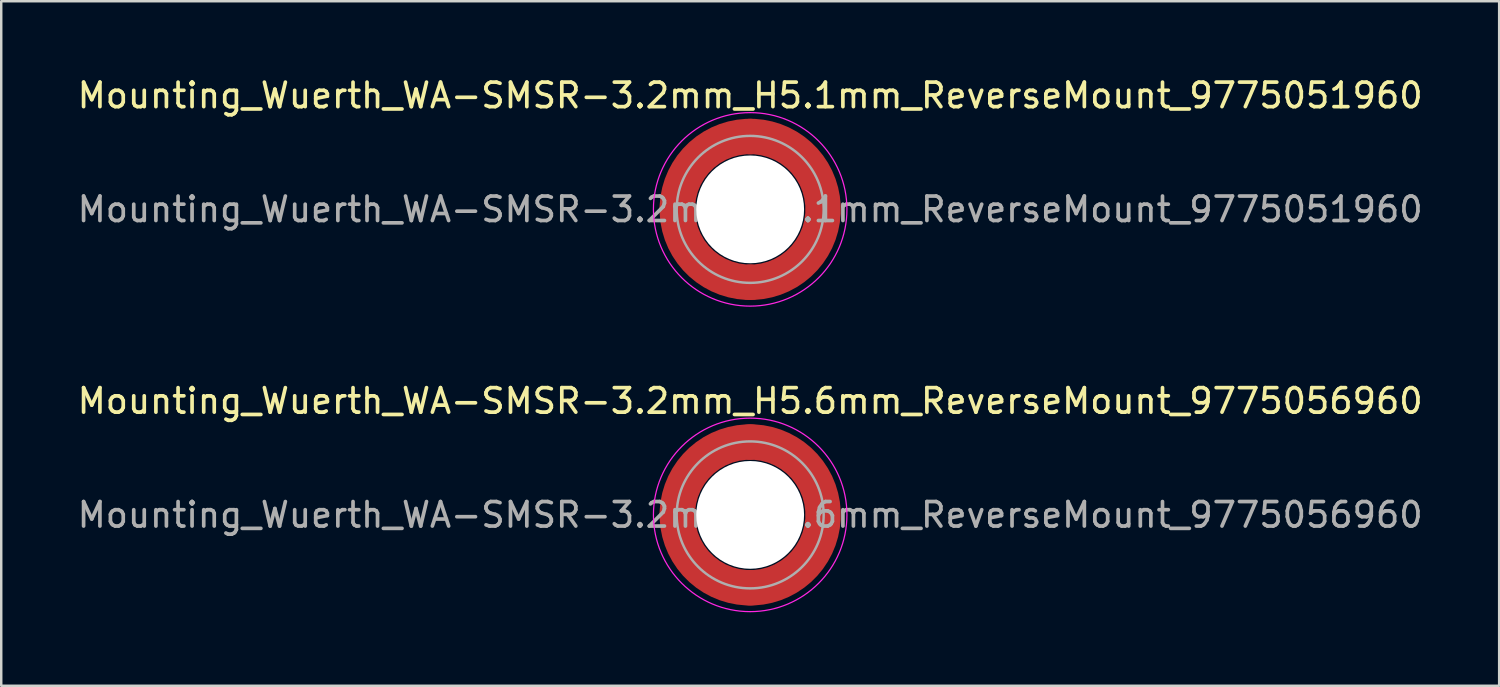
<source format=kicad_pcb>
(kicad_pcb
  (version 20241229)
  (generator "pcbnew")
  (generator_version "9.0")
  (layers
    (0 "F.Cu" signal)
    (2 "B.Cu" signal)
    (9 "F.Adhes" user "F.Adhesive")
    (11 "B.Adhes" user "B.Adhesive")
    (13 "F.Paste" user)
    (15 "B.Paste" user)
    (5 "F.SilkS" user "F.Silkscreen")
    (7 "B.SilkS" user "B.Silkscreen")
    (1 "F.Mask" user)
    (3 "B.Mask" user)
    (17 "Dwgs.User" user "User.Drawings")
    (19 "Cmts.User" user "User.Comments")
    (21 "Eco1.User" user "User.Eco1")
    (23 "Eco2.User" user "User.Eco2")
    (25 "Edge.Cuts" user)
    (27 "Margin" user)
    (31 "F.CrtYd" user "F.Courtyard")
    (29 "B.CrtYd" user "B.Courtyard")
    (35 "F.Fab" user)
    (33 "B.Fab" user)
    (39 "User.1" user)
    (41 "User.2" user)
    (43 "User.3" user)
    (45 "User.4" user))
  (footprint "Mounting_Wuerth_WA-SMSR-3.2mm_H5.1mm_ReverseMount_9775051960"
    (layer "F.Cu")
    (at 27.577 5.498)
    (property "Reference" "Mounting_Wuerth_WA-SMSR-3.2mm_H5.1mm_ReverseMount_9775051960" (at 0 -4.65 0) (layer "F.SilkS") (effects (font (size 1 1) (thickness 0.15))))
    (attr smd)
    (fp_circle (center 0 0) (end 3.95 0) (stroke (width 0.05) (type solid)) (fill no) (layer "F.CrtYd"))
    (fp_circle (center 0 0) (end 3 0) (stroke (width 0.1) (type solid)) (fill no) (layer "F.Fab"))
    (fp_text user "${REFERENCE}" (at 0 0 0) (layer "F.Fab") (effects (font (size 1 1) (thickness 0.15))))
    (pad "" smd custom (at -2.095 -2.095) (size 0.672 0.672) (layers "F.Paste") (options (anchor circle)) (primitives (gr_arc (start -0.24231 1.594804) (mid 0.404819 0.404819) (end 1.594804 -0.24231) (width 0.2)) (gr_arc (start -0.3398 1.594804) (mid 0.337349 0.337349) (end 1.594804 -0.3398) (width 0.2)) (gr_arc (start -0.437132 1.594804) (mid 0.269879 0.269879) (end 1.594804 -0.437132) (width 0.2)) (gr_arc (start -0.534324 1.594804) (mid 0.202409 0.202409) (end 1.594804 -0.534324) (width 0.2)) (gr_arc (start -0.631391 1.594804) (mid 0.134939 0.134939) (end 1.594804 -0.631391) (width 0.2)) (gr_arc (start -0.728345 1.594804) (mid 0.06747 0.06747) (end 1.594804 -0.728345) (width 0.2)) (gr_arc (start -0.825197 1.594804) (mid 0 0) (end 1.594804 -0.825197) (width 0.2)) (gr_arc (start -0.921958 1.594804) (mid -0.067469 -0.067469) (end 1.594804 -0.921958) (width 0.2)) (gr_arc (start -1.018637 1.594804) (mid -0.13494 -0.13494) (end 1.594804 -1.018637) (width 0.2)) (gr_arc (start -1.115239 1.594804) (mid -0.202409 -0.202409) (end 1.594804 -1.115239) (width 0.2)) (gr_arc (start -1.211773 1.594804) (mid -0.269879 -0.269879) (end 1.594804 -1.211773) (width 0.2)) (gr_arc (start -1.308244 1.594804) (mid -0.337349 -0.337349) (end 1.594804 -1.308244) (width 0.2)) (gr_arc (start -1.404657 1.594804) (mid -0.404819 -0.404819) (end 1.594804 -1.404657) (width 0.2)) (gr_arc (start -1.404657 1.594804) (mid -0.404819 -0.404819) (end 1.594804 -1.404657) (width 0.2)) (gr_line (start 1.595 -0.242) (end 1.595 -1.405) (width 0.2)) (gr_line (start -0.242 1.595) (end -1.405 1.595) (width 0.2))))
    (pad "" smd custom (at -2.095 2.095) (size 0.672 0.672) (layers "F.Paste") (options (anchor circle)) (primitives (gr_arc (start 1.594804 0.24231) (mid 0.404819 -0.404819) (end -0.24231 -1.594804) (width 0.2)) (gr_arc (start 1.594804 0.3398) (mid 0.337349 -0.337349) (end -0.3398 -1.594804) (width 0.2)) (gr_arc (start 1.594804 0.437132) (mid 0.269879 -0.269879) (end -0.437132 -1.594804) (width 0.2)) (gr_arc (start 1.594804 0.534324) (mid 0.202409 -0.202409) (end -0.534324 -1.594804) (width 0.2)) (gr_arc (start 1.594804 0.631391) (mid 0.134939 -0.134939) (end -0.631391 -1.594804) (width 0.2)) (gr_arc (start 1.594804 0.728345) (mid 0.06747 -0.06747) (end -0.728345 -1.594804) (width 0.2)) (gr_arc (start 1.594804 0.825197) (mid 0 0) (end -0.825197 -1.594804) (width 0.2)) (gr_arc (start 1.594804 0.921958) (mid -0.067469 0.067469) (end -0.921958 -1.594804) (width 0.2)) (gr_arc (start 1.594804 1.018637) (mid -0.13494 0.13494) (end -1.018637 -1.594804) (width 0.2)) (gr_arc (start 1.594804 1.115239) (mid -0.202409 0.202409) (end -1.115239 -1.594804) (width 0.2)) (gr_arc (start 1.594804 1.211773) (mid -0.269879 0.269879) (end -1.211773 -1.594804) (width 0.2)) (gr_arc (start 1.594804 1.308244) (mid -0.337349 0.337349) (end -1.308244 -1.594804) (width 0.2)) (gr_arc (start 1.594804 1.404657) (mid -0.404819 0.404819) (end -1.404657 -1.594804) (width 0.2)) (gr_arc (start 1.594804 1.404657) (mid -0.404819 0.404819) (end -1.404657 -1.594804) (width 0.2)) (gr_line (start -0.242 -1.595) (end -1.405 -1.595) (width 0.2)) (gr_line (start 1.595 0.242) (end 1.595 1.405) (width 0.2))))
    (pad "" np_thru_hole circle (at 0 0) (size 4.4 4.4) (drill 4.4) (layers "*.Cu" "*.Mask"))
    (pad "" smd custom (at 2.095 -2.095) (size 0.672 0.672) (layers "F.Paste") (options (anchor circle)) (primitives (gr_arc (start -1.594804 -0.24231) (mid -0.404819 0.404819) (end 0.24231 1.594804) (width 0.2)) (gr_arc (start -1.594804 -0.3398) (mid -0.337349 0.337349) (end 0.3398 1.594804) (width 0.2)) (gr_arc (start -1.594804 -0.437132) (mid -0.269879 0.269879) (end 0.437132 1.594804) (width 0.2)) (gr_arc (start -1.594804 -0.534324) (mid -0.202409 0.202409) (end 0.534324 1.594804) (width 0.2)) (gr_arc (start -1.594804 -0.631391) (mid -0.134939 0.134939) (end 0.631391 1.594804) (width 0.2)) (gr_arc (start -1.594804 -0.728345) (mid -0.06747 0.06747) (end 0.728345 1.594804) (width 0.2)) (gr_arc (start -1.594804 -0.825197) (mid 0 0) (end 0.825197 1.594804) (width 0.2)) (gr_arc (start -1.594804 -0.921958) (mid 0.067469 -0.067469) (end 0.921958 1.594804) (width 0.2)) (gr_arc (start -1.594804 -1.018637) (mid 0.13494 -0.13494) (end 1.018637 1.594804) (width 0.2)) (gr_arc (start -1.594804 -1.115239) (mid 0.202409 -0.202409) (end 1.115239 1.594804) (width 0.2)) (gr_arc (start -1.594804 -1.211773) (mid 0.269879 -0.269879) (end 1.211773 1.594804) (width 0.2)) (gr_arc (start -1.594804 -1.308244) (mid 0.337349 -0.337349) (end 1.308244 1.594804) (width 0.2)) (gr_arc (start -1.594804 -1.404657) (mid 0.404819 -0.404819) (end 1.404657 1.594804) (width 0.2)) (gr_arc (start -1.594804 -1.404657) (mid 0.404819 -0.404819) (end 1.404657 1.594804) (width 0.2)) (gr_line (start 0.242 1.595) (end 1.405 1.595) (width 0.2)) (gr_line (start -1.595 -0.242) (end -1.595 -1.405) (width 0.2))))
    (pad "" smd custom (at 2.095 2.095) (size 0.672 0.672) (layers "F.Paste") (options (anchor circle)) (primitives (gr_arc (start 0.24231 -1.594804) (mid -0.404819 -0.404819) (end -1.594804 0.24231) (width 0.2)) (gr_arc (start 0.3398 -1.594804) (mid -0.337349 -0.337349) (end -1.594804 0.3398) (width 0.2)) (gr_arc (start 0.437132 -1.594804) (mid -0.269879 -0.269879) (end -1.594804 0.437132) (width 0.2)) (gr_arc (start 0.534324 -1.594804) (mid -0.202409 -0.202409) (end -1.594804 0.534324) (width 0.2)) (gr_arc (start 0.631391 -1.594804) (mid -0.134939 -0.134939) (end -1.594804 0.631391) (width 0.2)) (gr_arc (start 0.728345 -1.594804) (mid -0.06747 -0.06747) (end -1.594804 0.728345) (width 0.2)) (gr_arc (start 0.825197 -1.594804) (mid 0 0) (end -1.594804 0.825197) (width 0.2)) (gr_arc (start 0.921958 -1.594804) (mid 0.067469 0.067469) (end -1.594804 0.921958) (width 0.2)) (gr_arc (start 1.018637 -1.594804) (mid 0.13494 0.13494) (end -1.594804 1.018637) (width 0.2)) (gr_arc (start 1.115239 -1.594804) (mid 0.202409 0.202409) (end -1.594804 1.115239) (width 0.2)) (gr_arc (start 1.211773 -1.594804) (mid 0.269879 0.269879) (end -1.594804 1.211773) (width 0.2)) (gr_arc (start 1.308244 -1.594804) (mid 0.337349 0.337349) (end -1.594804 1.308244) (width 0.2)) (gr_arc (start 1.404657 -1.594804) (mid 0.404819 0.404819) (end -1.594804 1.404657) (width 0.2)) (gr_arc (start 1.404657 -1.594804) (mid 0.404819 0.404819) (end -1.594804 1.404657) (width 0.2)) (gr_line (start -1.595 0.242) (end -1.595 1.405) (width 0.2)) (gr_line (start 0.242 -1.595) (end 1.405 -1.595) (width 0.2))))
    (pad "1" smd circle (at -2.975 0) (size 1.45 1.45) (layers "F.Cu"))
    (pad "1" smd circle (at 0 -2.975) (size 1.45 1.45) (layers "F.Cu"))
    (pad "1" smd circle (at 0 2.975) (size 1.45 1.45) (layers "F.Cu"))
    (pad "1" smd custom (at 2.975 0) (size 1.45 1.45) (layers "F.Cu" "F.Mask") (options (anchor circle)) (primitives (gr_circle (center -2.975 0) (end 0 0) (width 1.45) (fill no)))))
  (footprint "Mounting_Wuerth_WA-SMSR-3.2mm_H5.6mm_ReverseMount_9775056960"
    (layer "F.Cu")
    (at 27.577 17.971)
    (property "Reference" "Mounting_Wuerth_WA-SMSR-3.2mm_H5.6mm_ReverseMount_9775056960" (at 0 -4.65 0) (layer "F.SilkS") (effects (font (size 1 1) (thickness 0.15))))
    (attr smd)
    (fp_circle (center 0 0) (end 3.95 0) (stroke (width 0.05) (type solid)) (fill no) (layer "F.CrtYd"))
    (fp_circle (center 0 0) (end 3 0) (stroke (width 0.1) (type solid)) (fill no) (layer "F.Fab"))
    (fp_text user "${REFERENCE}" (at 0 0 0) (layer "F.Fab") (effects (font (size 1 1) (thickness 0.15))))
    (pad "" smd custom (at -2.095 -2.095) (size 0.672 0.672) (layers "F.Paste") (options (anchor circle)) (primitives (gr_arc (start -0.24231 1.594804) (mid 0.404819 0.404819) (end 1.594804 -0.24231) (width 0.2)) (gr_arc (start -0.3398 1.594804) (mid 0.337349 0.337349) (end 1.594804 -0.3398) (width 0.2)) (gr_arc (start -0.437132 1.594804) (mid 0.269879 0.269879) (end 1.594804 -0.437132) (width 0.2)) (gr_arc (start -0.534324 1.594804) (mid 0.202409 0.202409) (end 1.594804 -0.534324) (width 0.2)) (gr_arc (start -0.631391 1.594804) (mid 0.134939 0.134939) (end 1.594804 -0.631391) (width 0.2)) (gr_arc (start -0.728345 1.594804) (mid 0.06747 0.06747) (end 1.594804 -0.728345) (width 0.2)) (gr_arc (start -0.825197 1.594804) (mid 0 0) (end 1.594804 -0.825197) (width 0.2)) (gr_arc (start -0.921958 1.594804) (mid -0.067469 -0.067469) (end 1.594804 -0.921958) (width 0.2)) (gr_arc (start -1.018637 1.594804) (mid -0.13494 -0.13494) (end 1.594804 -1.018637) (width 0.2)) (gr_arc (start -1.115239 1.594804) (mid -0.202409 -0.202409) (end 1.594804 -1.115239) (width 0.2)) (gr_arc (start -1.211773 1.594804) (mid -0.269879 -0.269879) (end 1.594804 -1.211773) (width 0.2)) (gr_arc (start -1.308244 1.594804) (mid -0.337349 -0.337349) (end 1.594804 -1.308244) (width 0.2)) (gr_arc (start -1.404657 1.594804) (mid -0.404819 -0.404819) (end 1.594804 -1.404657) (width 0.2)) (gr_arc (start -1.404657 1.594804) (mid -0.404819 -0.404819) (end 1.594804 -1.404657) (width 0.2)) (gr_line (start 1.595 -0.242) (end 1.595 -1.405) (width 0.2)) (gr_line (start -0.242 1.595) (end -1.405 1.595) (width 0.2))))
    (pad "" smd custom (at -2.095 2.095) (size 0.672 0.672) (layers "F.Paste") (options (anchor circle)) (primitives (gr_arc (start 1.594804 0.24231) (mid 0.404819 -0.404819) (end -0.24231 -1.594804) (width 0.2)) (gr_arc (start 1.594804 0.3398) (mid 0.337349 -0.337349) (end -0.3398 -1.594804) (width 0.2)) (gr_arc (start 1.594804 0.437132) (mid 0.269879 -0.269879) (end -0.437132 -1.594804) (width 0.2)) (gr_arc (start 1.594804 0.534324) (mid 0.202409 -0.202409) (end -0.534324 -1.594804) (width 0.2)) (gr_arc (start 1.594804 0.631391) (mid 0.134939 -0.134939) (end -0.631391 -1.594804) (width 0.2)) (gr_arc (start 1.594804 0.728345) (mid 0.06747 -0.06747) (end -0.728345 -1.594804) (width 0.2)) (gr_arc (start 1.594804 0.825197) (mid 0 0) (end -0.825197 -1.594804) (width 0.2)) (gr_arc (start 1.594804 0.921958) (mid -0.067469 0.067469) (end -0.921958 -1.594804) (width 0.2)) (gr_arc (start 1.594804 1.018637) (mid -0.13494 0.13494) (end -1.018637 -1.594804) (width 0.2)) (gr_arc (start 1.594804 1.115239) (mid -0.202409 0.202409) (end -1.115239 -1.594804) (width 0.2)) (gr_arc (start 1.594804 1.211773) (mid -0.269879 0.269879) (end -1.211773 -1.594804) (width 0.2)) (gr_arc (start 1.594804 1.308244) (mid -0.337349 0.337349) (end -1.308244 -1.594804) (width 0.2)) (gr_arc (start 1.594804 1.404657) (mid -0.404819 0.404819) (end -1.404657 -1.594804) (width 0.2)) (gr_arc (start 1.594804 1.404657) (mid -0.404819 0.404819) (end -1.404657 -1.594804) (width 0.2)) (gr_line (start -0.242 -1.595) (end -1.405 -1.595) (width 0.2)) (gr_line (start 1.595 0.242) (end 1.595 1.405) (width 0.2))))
    (pad "" np_thru_hole circle (at 0 0) (size 4.4 4.4) (drill 4.4) (layers "*.Cu" "*.Mask"))
    (pad "" smd custom (at 2.095 -2.095) (size 0.672 0.672) (layers "F.Paste") (options (anchor circle)) (primitives (gr_arc (start -1.594804 -0.24231) (mid -0.404819 0.404819) (end 0.24231 1.594804) (width 0.2)) (gr_arc (start -1.594804 -0.3398) (mid -0.337349 0.337349) (end 0.3398 1.594804) (width 0.2)) (gr_arc (start -1.594804 -0.437132) (mid -0.269879 0.269879) (end 0.437132 1.594804) (width 0.2)) (gr_arc (start -1.594804 -0.534324) (mid -0.202409 0.202409) (end 0.534324 1.594804) (width 0.2)) (gr_arc (start -1.594804 -0.631391) (mid -0.134939 0.134939) (end 0.631391 1.594804) (width 0.2)) (gr_arc (start -1.594804 -0.728345) (mid -0.06747 0.06747) (end 0.728345 1.594804) (width 0.2)) (gr_arc (start -1.594804 -0.825197) (mid 0 0) (end 0.825197 1.594804) (width 0.2)) (gr_arc (start -1.594804 -0.921958) (mid 0.067469 -0.067469) (end 0.921958 1.594804) (width 0.2)) (gr_arc (start -1.594804 -1.018637) (mid 0.13494 -0.13494) (end 1.018637 1.594804) (width 0.2)) (gr_arc (start -1.594804 -1.115239) (mid 0.202409 -0.202409) (end 1.115239 1.594804) (width 0.2)) (gr_arc (start -1.594804 -1.211773) (mid 0.269879 -0.269879) (end 1.211773 1.594804) (width 0.2)) (gr_arc (start -1.594804 -1.308244) (mid 0.337349 -0.337349) (end 1.308244 1.594804) (width 0.2)) (gr_arc (start -1.594804 -1.404657) (mid 0.404819 -0.404819) (end 1.404657 1.594804) (width 0.2)) (gr_arc (start -1.594804 -1.404657) (mid 0.404819 -0.404819) (end 1.404657 1.594804) (width 0.2)) (gr_line (start 0.242 1.595) (end 1.405 1.595) (width 0.2)) (gr_line (start -1.595 -0.242) (end -1.595 -1.405) (width 0.2))))
    (pad "" smd custom (at 2.095 2.095) (size 0.672 0.672) (layers "F.Paste") (options (anchor circle)) (primitives (gr_arc (start 0.24231 -1.594804) (mid -0.404819 -0.404819) (end -1.594804 0.24231) (width 0.2)) (gr_arc (start 0.3398 -1.594804) (mid -0.337349 -0.337349) (end -1.594804 0.3398) (width 0.2)) (gr_arc (start 0.437132 -1.594804) (mid -0.269879 -0.269879) (end -1.594804 0.437132) (width 0.2)) (gr_arc (start 0.534324 -1.594804) (mid -0.202409 -0.202409) (end -1.594804 0.534324) (width 0.2)) (gr_arc (start 0.631391 -1.594804) (mid -0.134939 -0.134939) (end -1.594804 0.631391) (width 0.2)) (gr_arc (start 0.728345 -1.594804) (mid -0.06747 -0.06747) (end -1.594804 0.728345) (width 0.2)) (gr_arc (start 0.825197 -1.594804) (mid 0 0) (end -1.594804 0.825197) (width 0.2)) (gr_arc (start 0.921958 -1.594804) (mid 0.067469 0.067469) (end -1.594804 0.921958) (width 0.2)) (gr_arc (start 1.018637 -1.594804) (mid 0.13494 0.13494) (end -1.594804 1.018637) (width 0.2)) (gr_arc (start 1.115239 -1.594804) (mid 0.202409 0.202409) (end -1.594804 1.115239) (width 0.2)) (gr_arc (start 1.211773 -1.594804) (mid 0.269879 0.269879) (end -1.594804 1.211773) (width 0.2)) (gr_arc (start 1.308244 -1.594804) (mid 0.337349 0.337349) (end -1.594804 1.308244) (width 0.2)) (gr_arc (start 1.404657 -1.594804) (mid 0.404819 0.404819) (end -1.594804 1.404657) (width 0.2)) (gr_arc (start 1.404657 -1.594804) (mid 0.404819 0.404819) (end -1.594804 1.404657) (width 0.2)) (gr_line (start -1.595 0.242) (end -1.595 1.405) (width 0.2)) (gr_line (start 0.242 -1.595) (end 1.405 -1.595) (width 0.2))))
    (pad "1" smd circle (at -2.975 0) (size 1.45 1.45) (layers "F.Cu"))
    (pad "1" smd circle (at 0 -2.975) (size 1.45 1.45) (layers "F.Cu"))
    (pad "1" smd circle (at 0 2.975) (size 1.45 1.45) (layers "F.Cu"))
    (pad "1" smd custom (at 2.975 0) (size 1.45 1.45) (layers "F.Cu" "F.Mask") (options (anchor circle)) (primitives (gr_circle (center -2.975 0) (end 0 0) (width 1.45) (fill no)))))
  (gr_rect
    (start -3 -3)
    (end 58.155 24.947)
    (stroke (width 0.1) (type default))
    (fill no)
    (layer "Edge.Cuts")))
</source>
